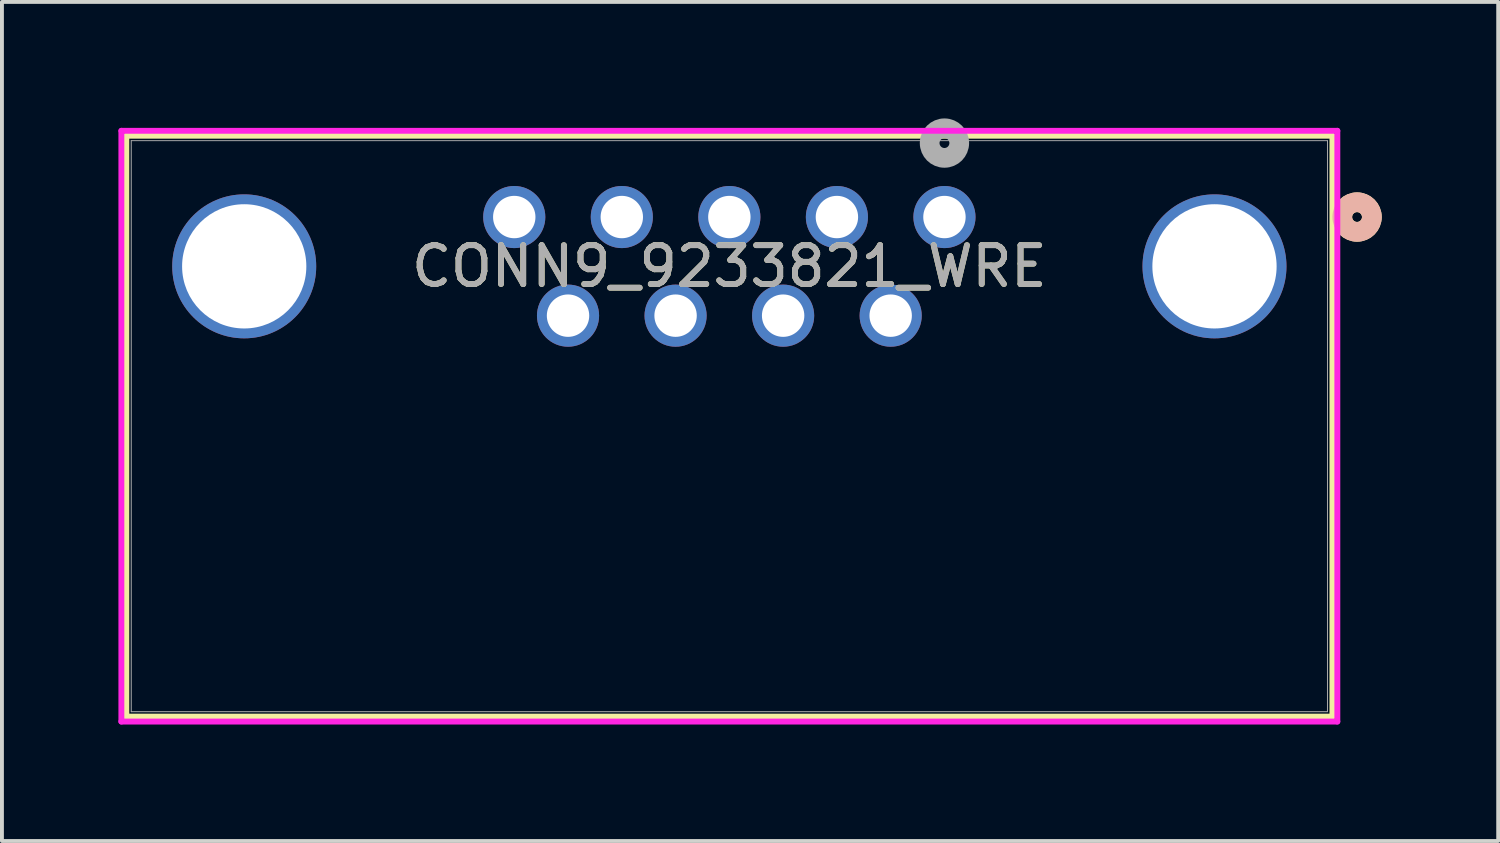
<source format=kicad_pcb>
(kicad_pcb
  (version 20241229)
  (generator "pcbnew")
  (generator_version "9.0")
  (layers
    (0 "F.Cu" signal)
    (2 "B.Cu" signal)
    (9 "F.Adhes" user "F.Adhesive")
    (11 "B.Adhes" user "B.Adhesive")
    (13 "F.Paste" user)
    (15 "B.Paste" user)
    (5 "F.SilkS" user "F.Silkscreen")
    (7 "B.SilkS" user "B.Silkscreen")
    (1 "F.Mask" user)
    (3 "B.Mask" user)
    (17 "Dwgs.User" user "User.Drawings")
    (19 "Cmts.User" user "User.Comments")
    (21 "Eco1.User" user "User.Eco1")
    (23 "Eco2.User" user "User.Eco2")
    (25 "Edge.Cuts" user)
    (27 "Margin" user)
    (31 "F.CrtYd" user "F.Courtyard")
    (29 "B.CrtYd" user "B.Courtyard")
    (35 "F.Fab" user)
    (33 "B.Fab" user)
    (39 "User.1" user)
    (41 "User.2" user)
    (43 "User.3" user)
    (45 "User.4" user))
  (footprint "CONN9_9233821_WRE"
    (layer "F.Cu")
    (at 21.275 2.54)
    (property "Reference" "CONN9_9233821_WRE" (at -5.54 1.27 0) (unlocked yes) (layer "F.SilkS") (effects (font (size 1 1) (thickness 0.15))))
    (attr through_hole)
    (fp_line (start -21.072 -2.094) (end -21.072 12.867) (stroke (width 0.152) (type solid)) (layer "F.SilkS"))
    (fp_line (start -21.072 12.867) (end 9.992 12.867) (stroke (width 0.152) (type solid)) (layer "F.SilkS"))
    (fp_line (start 9.992 -2.094) (end -21.072 -2.094) (stroke (width 0.152) (type solid)) (layer "F.SilkS"))
    (fp_line (start 9.992 12.867) (end 9.992 -2.094) (stroke (width 0.152) (type solid)) (layer "F.SilkS"))
    (fp_circle (center 10.627 0) (end 11.008 0) (stroke (width 0.508) (type solid)) (fill no) (layer "F.SilkS"))
    (fp_circle (center 10.627 0) (end 11.008 0) (stroke (width 0.508) (type solid)) (fill no) (layer "B.SilkS"))
    (fp_line (start -21.199 -2.221) (end -21.199 12.994) (stroke (width 0.152) (type solid)) (layer "F.CrtYd"))
    (fp_line (start -21.199 12.994) (end 10.119 12.994) (stroke (width 0.152) (type solid)) (layer "F.CrtYd"))
    (fp_line (start 10.119 -2.221) (end -21.199 -2.221) (stroke (width 0.152) (type solid)) (layer "F.CrtYd"))
    (fp_line (start 10.119 12.994) (end 10.119 -2.221) (stroke (width 0.152) (type solid)) (layer "F.CrtYd"))
    (fp_line (start -20.945 -1.967) (end -20.945 12.74) (stroke (width 0.025) (type solid)) (layer "F.Fab"))
    (fp_line (start -20.945 12.74) (end 9.865 12.74) (stroke (width 0.025) (type solid)) (layer "F.Fab"))
    (fp_line (start 9.865 -1.967) (end -20.945 -1.967) (stroke (width 0.025) (type solid)) (layer "F.Fab"))
    (fp_line (start 9.865 12.74) (end 9.865 -1.967) (stroke (width 0.025) (type solid)) (layer "F.Fab"))
    (fp_circle (center 0 -1.905) (end 0.381 -1.905) (stroke (width 0.508) (type solid)) (fill no) (layer "F.Fab"))
    (fp_text user "${REFERENCE}" (at -5.54 1.27 0) (unlocked yes) (layer "F.Fab") (effects (font (size 1 1) (thickness 0.15))))
    (pad "1" thru_hole circle (at 0 0) (size 1.6 1.6) (drill 1.092) (layers "*.Cu" "*.Mask"))
    (pad "2" thru_hole circle (at -2.77 0) (size 1.6 1.6) (drill 1.092) (layers "*.Cu" "*.Mask"))
    (pad "3" thru_hole circle (at -5.54 0) (size 1.6 1.6) (drill 1.092) (layers "*.Cu" "*.Mask"))
    (pad "4" thru_hole circle (at -8.31 0) (size 1.6 1.6) (drill 1.092) (layers "*.Cu" "*.Mask"))
    (pad "5" thru_hole circle (at -11.08 0) (size 1.6 1.6) (drill 1.092) (layers "*.Cu" "*.Mask"))
    (pad "6" thru_hole circle (at -1.385 2.54) (size 1.6 1.6) (drill 1.092) (layers "*.Cu" "*.Mask"))
    (pad "7" thru_hole circle (at -4.155 2.54) (size 1.6 1.6) (drill 1.092) (layers "*.Cu" "*.Mask"))
    (pad "8" thru_hole circle (at -6.925 2.54) (size 1.6 1.6) (drill 1.092) (layers "*.Cu" "*.Mask"))
    (pad "9" thru_hole circle (at -18.035 1.27) (size 3.708 3.708) (drill 3.2) (layers "*.Cu" "*.Mask"))
    (pad "9" thru_hole circle (at -9.695 2.54) (size 1.6 1.6) (drill 1.092) (layers "*.Cu" "*.Mask"))
    (pad "10" thru_hole circle (at 6.955 1.27) (size 3.708 3.708) (drill 3.2) (layers "*.Cu" "*.Mask")))
  (gr_rect
    (start -3 -3)
    (end 35.537 18.61)
    (stroke (width 0.1) (type default))
    (fill no)
    (layer "Edge.Cuts")))
</source>
